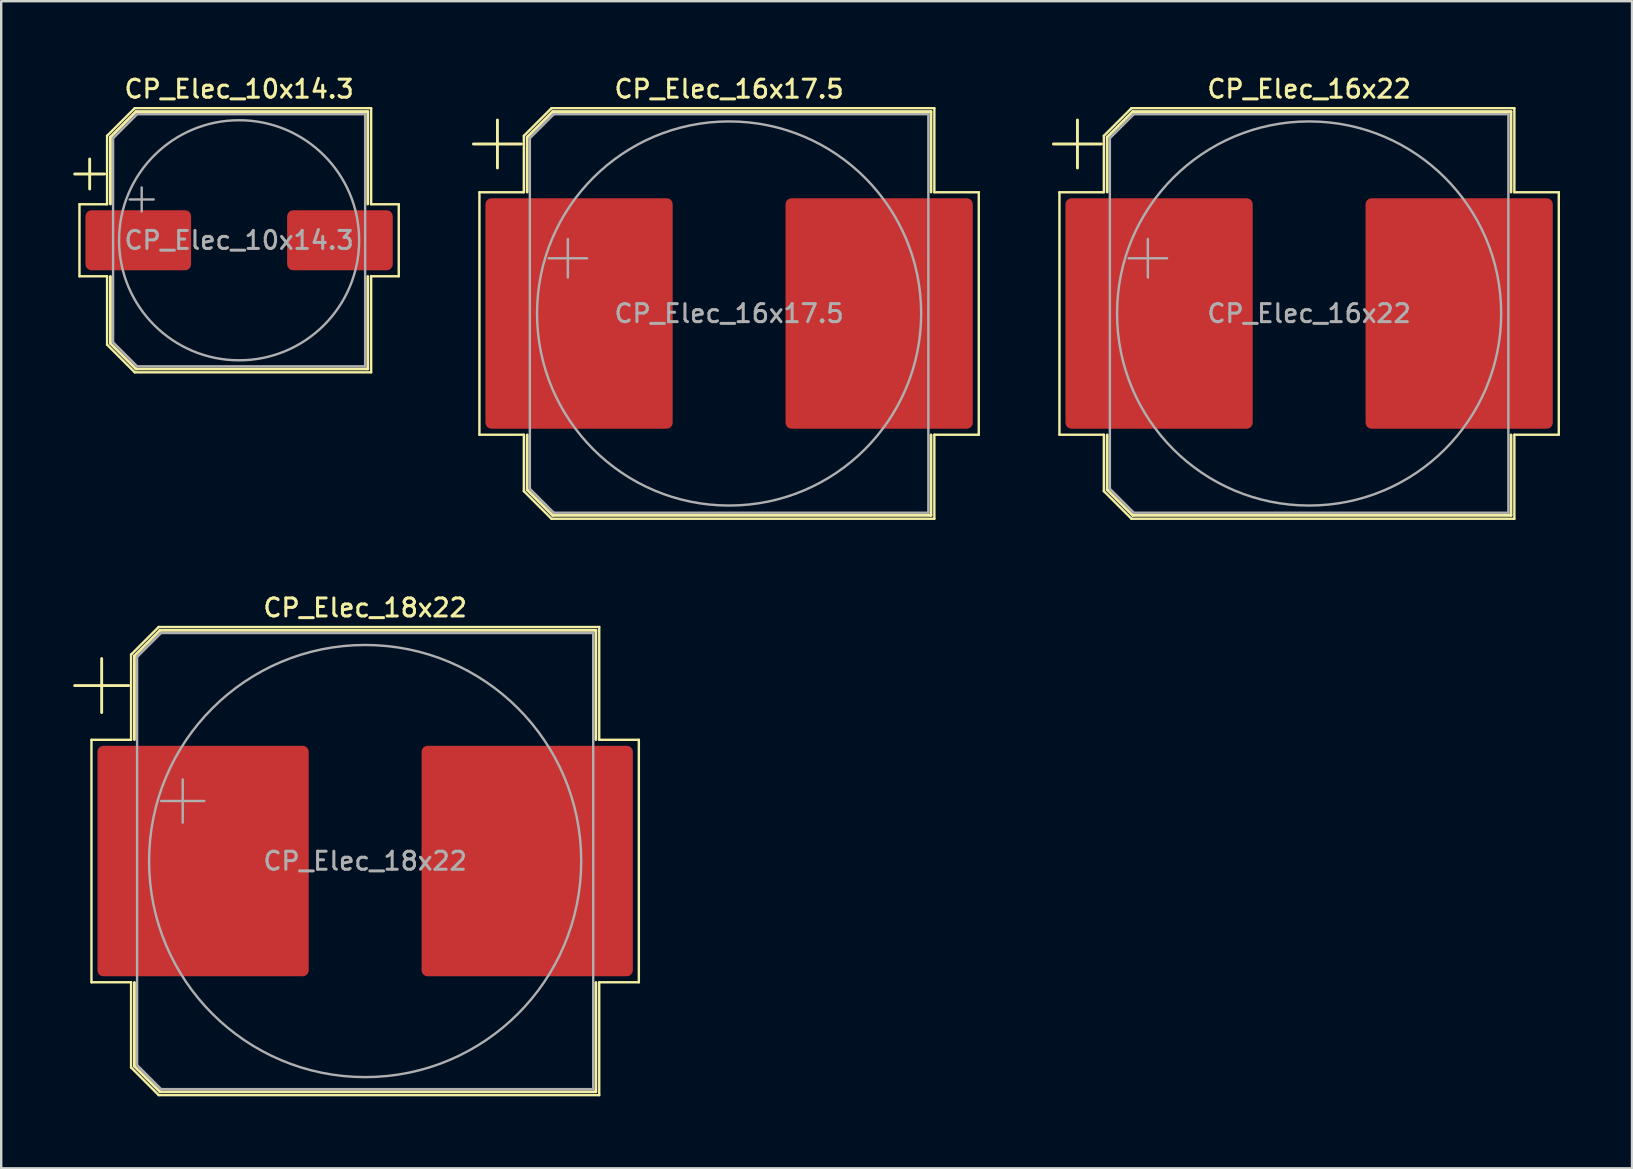
<source format=kicad_pcb>
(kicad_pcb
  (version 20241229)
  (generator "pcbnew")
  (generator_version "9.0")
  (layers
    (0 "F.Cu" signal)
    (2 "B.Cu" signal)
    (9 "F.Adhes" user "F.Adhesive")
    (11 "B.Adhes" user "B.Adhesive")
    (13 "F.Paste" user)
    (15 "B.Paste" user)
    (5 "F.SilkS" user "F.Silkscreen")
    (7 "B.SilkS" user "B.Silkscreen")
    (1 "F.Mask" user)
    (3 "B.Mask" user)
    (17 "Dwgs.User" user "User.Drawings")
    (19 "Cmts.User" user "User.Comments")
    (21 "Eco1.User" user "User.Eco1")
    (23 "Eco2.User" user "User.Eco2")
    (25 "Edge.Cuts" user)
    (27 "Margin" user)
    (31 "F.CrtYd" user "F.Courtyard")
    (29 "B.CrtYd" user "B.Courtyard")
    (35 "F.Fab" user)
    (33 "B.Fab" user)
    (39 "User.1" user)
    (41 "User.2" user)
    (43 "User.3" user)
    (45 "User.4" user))
  (footprint "CP_Elec_10x14.3"
    (layer "F.Cu")
    (at 6.91 6.958)
    (property "Reference" "CP_Elec_10x14.3" (at 0 -6.3 0) (layer "F.SilkS") (effects (font (size 0.75 0.75) (thickness 0.125))))
    (attr smd)
    (fp_line (start -6.85 -2.76) (end -5.6 -2.76) (stroke (width 0.12) (type solid)) (layer "F.SilkS"))
    (fp_line (start -6.65 -1.5) (end -6.65 1.5) (stroke (width 0.1) (type solid)) (layer "F.SilkS"))
    (fp_line (start -6.65 1.5) (end -5.5 1.5) (stroke (width 0.1) (type solid)) (layer "F.SilkS"))
    (fp_line (start -6.225 -3.385) (end -6.225 -2.135) (stroke (width 0.12) (type solid)) (layer "F.SilkS"))
    (fp_line (start -5.5 -4.35) (end -5.5 -1.5) (stroke (width 0.1) (type solid)) (layer "F.SilkS"))
    (fp_line (start -5.5 -4.35) (end -4.35 -5.5) (stroke (width 0.1) (type solid)) (layer "F.SilkS"))
    (fp_line (start -5.5 -1.5) (end -6.65 -1.5) (stroke (width 0.1) (type solid)) (layer "F.SilkS"))
    (fp_line (start -5.5 1.5) (end -5.5 4.35) (stroke (width 0.1) (type solid)) (layer "F.SilkS"))
    (fp_line (start -5.5 4.35) (end -4.35 5.5) (stroke (width 0.1) (type solid)) (layer "F.SilkS"))
    (fp_line (start -5.36 -4.296) (end -5.36 -1.51) (stroke (width 0.12) (type solid)) (layer "F.SilkS"))
    (fp_line (start -5.36 -4.296) (end -4.296 -5.36) (stroke (width 0.12) (type solid)) (layer "F.SilkS"))
    (fp_line (start -5.36 4.296) (end -5.36 1.51) (stroke (width 0.12) (type solid)) (layer "F.SilkS"))
    (fp_line (start -5.36 4.296) (end -4.296 5.36) (stroke (width 0.12) (type solid)) (layer "F.SilkS"))
    (fp_line (start -4.35 -5.5) (end 5.5 -5.5) (stroke (width 0.1) (type solid)) (layer "F.SilkS"))
    (fp_line (start -4.35 5.5) (end 5.5 5.5) (stroke (width 0.1) (type solid)) (layer "F.SilkS"))
    (fp_line (start -4.296 -5.36) (end 5.36 -5.36) (stroke (width 0.12) (type solid)) (layer "F.SilkS"))
    (fp_line (start -4.296 5.36) (end 5.36 5.36) (stroke (width 0.12) (type solid)) (layer "F.SilkS"))
    (fp_line (start 5.36 -5.36) (end 5.36 -1.51) (stroke (width 0.12) (type solid)) (layer "F.SilkS"))
    (fp_line (start 5.36 5.36) (end 5.36 1.51) (stroke (width 0.12) (type solid)) (layer "F.SilkS"))
    (fp_line (start 5.5 -5.5) (end 5.5 -1.5) (stroke (width 0.1) (type solid)) (layer "F.SilkS"))
    (fp_line (start 5.5 -1.5) (end 6.65 -1.5) (stroke (width 0.1) (type solid)) (layer "F.SilkS"))
    (fp_line (start 5.5 1.5) (end 5.5 5.5) (stroke (width 0.1) (type solid)) (layer "F.SilkS"))
    (fp_line (start 6.65 -1.5) (end 6.65 1.5) (stroke (width 0.1) (type solid)) (layer "F.SilkS"))
    (fp_line (start 6.65 1.5) (end 5.5 1.5) (stroke (width 0.1) (type solid)) (layer "F.SilkS"))
    (fp_line (start -5.25 -4.25) (end -5.25 4.25) (stroke (width 0.1) (type solid)) (layer "F.Fab"))
    (fp_line (start -5.25 -4.25) (end -4.25 -5.25) (stroke (width 0.1) (type solid)) (layer "F.Fab"))
    (fp_line (start -5.25 4.25) (end -4.25 5.25) (stroke (width 0.1) (type solid)) (layer "F.Fab"))
    (fp_line (start -4.558 -1.7) (end -3.558 -1.7) (stroke (width 0.1) (type solid)) (layer "F.Fab"))
    (fp_line (start -4.25 -5.25) (end 5.25 -5.25) (stroke (width 0.1) (type solid)) (layer "F.Fab"))
    (fp_line (start -4.25 5.25) (end 5.25 5.25) (stroke (width 0.1) (type solid)) (layer "F.Fab"))
    (fp_line (start -4.058 -2.2) (end -4.058 -1.2) (stroke (width 0.1) (type solid)) (layer "F.Fab"))
    (fp_line (start 5.25 -5.25) (end 5.25 5.25) (stroke (width 0.1) (type solid)) (layer "F.Fab"))
    (fp_circle (center 0 0) (end 5 0) (stroke (width 0.1) (type solid)) (fill no) (layer "F.Fab"))
    (fp_text user "${REFERENCE}" (at 0 0 0) (layer "F.Fab") (effects (font (size 0.75 0.75) (thickness 0.125))))
    (pad "1" smd roundrect (at -4.2 0) (size 4.4 2.5) (layers "F.Cu" "F.Mask" "F.Paste") (roundrect_rratio 0.1))
    (pad "2" smd roundrect (at 4.2 0) (size 4.4 2.5) (layers "F.Cu" "F.Mask" "F.Paste") (roundrect_rratio 0.1)))
  (footprint "CP_Elec_16x17.5"
    (layer "F.Cu")
    (at 27.32 10.008)
    (property "Reference" "CP_Elec_16x17.5" (at 0 -9.35 0) (layer "F.SilkS") (effects (font (size 0.75 0.75) (thickness 0.125))))
    (attr smd)
    (fp_line (start -10.65 -7.06) (end -8.65 -7.06) (stroke (width 0.12) (type solid)) (layer "F.SilkS"))
    (fp_line (start -10.4 -5.05) (end -10.4 5.05) (stroke (width 0.1) (type solid)) (layer "F.SilkS"))
    (fp_line (start -10.4 5.05) (end -8.55 5.05) (stroke (width 0.1) (type solid)) (layer "F.SilkS"))
    (fp_line (start -9.65 -8.06) (end -9.65 -6.06) (stroke (width 0.12) (type solid)) (layer "F.SilkS"))
    (fp_line (start -8.55 -7.4) (end -8.55 -5.05) (stroke (width 0.1) (type solid)) (layer "F.SilkS"))
    (fp_line (start -8.55 -7.4) (end -7.4 -8.55) (stroke (width 0.1) (type solid)) (layer "F.SilkS"))
    (fp_line (start -8.55 -5.05) (end -10.4 -5.05) (stroke (width 0.1) (type solid)) (layer "F.SilkS"))
    (fp_line (start -8.55 5.05) (end -8.55 7.4) (stroke (width 0.1) (type solid)) (layer "F.SilkS"))
    (fp_line (start -8.55 7.4) (end -7.4 8.55) (stroke (width 0.1) (type solid)) (layer "F.SilkS"))
    (fp_line (start -8.41 -7.346) (end -8.41 -5.06) (stroke (width 0.12) (type solid)) (layer "F.SilkS"))
    (fp_line (start -8.41 -7.346) (end -7.346 -8.41) (stroke (width 0.12) (type solid)) (layer "F.SilkS"))
    (fp_line (start -8.41 7.346) (end -8.41 5.06) (stroke (width 0.12) (type solid)) (layer "F.SilkS"))
    (fp_line (start -8.41 7.346) (end -7.346 8.41) (stroke (width 0.12) (type solid)) (layer "F.SilkS"))
    (fp_line (start -7.4 -8.55) (end 8.55 -8.55) (stroke (width 0.1) (type solid)) (layer "F.SilkS"))
    (fp_line (start -7.4 8.55) (end 8.55 8.55) (stroke (width 0.1) (type solid)) (layer "F.SilkS"))
    (fp_line (start -7.346 -8.41) (end 8.41 -8.41) (stroke (width 0.12) (type solid)) (layer "F.SilkS"))
    (fp_line (start -7.346 8.41) (end 8.41 8.41) (stroke (width 0.12) (type solid)) (layer "F.SilkS"))
    (fp_line (start 8.41 -8.41) (end 8.41 -5.06) (stroke (width 0.12) (type solid)) (layer "F.SilkS"))
    (fp_line (start 8.41 8.41) (end 8.41 5.06) (stroke (width 0.12) (type solid)) (layer "F.SilkS"))
    (fp_line (start 8.55 -8.55) (end 8.55 -5.05) (stroke (width 0.1) (type solid)) (layer "F.SilkS"))
    (fp_line (start 8.55 -5.05) (end 10.4 -5.05) (stroke (width 0.1) (type solid)) (layer "F.SilkS"))
    (fp_line (start 8.55 5.05) (end 8.55 8.55) (stroke (width 0.1) (type solid)) (layer "F.SilkS"))
    (fp_line (start 10.4 -5.05) (end 10.4 5.05) (stroke (width 0.1) (type solid)) (layer "F.SilkS"))
    (fp_line (start 10.4 5.05) (end 8.55 5.05) (stroke (width 0.1) (type solid)) (layer "F.SilkS"))
    (fp_line (start -8.3 -7.3) (end -8.3 7.3) (stroke (width 0.1) (type solid)) (layer "F.Fab"))
    (fp_line (start -8.3 -7.3) (end -7.3 -8.3) (stroke (width 0.1) (type solid)) (layer "F.Fab"))
    (fp_line (start -8.3 7.3) (end -7.3 8.3) (stroke (width 0.1) (type solid)) (layer "F.Fab"))
    (fp_line (start -7.517 -2.3) (end -5.917 -2.3) (stroke (width 0.1) (type solid)) (layer "F.Fab"))
    (fp_line (start -7.3 -8.3) (end 8.3 -8.3) (stroke (width 0.1) (type solid)) (layer "F.Fab"))
    (fp_line (start -7.3 8.3) (end 8.3 8.3) (stroke (width 0.1) (type solid)) (layer "F.Fab"))
    (fp_line (start -6.717 -3.1) (end -6.717 -1.5) (stroke (width 0.1) (type solid)) (layer "F.Fab"))
    (fp_line (start 8.3 -8.3) (end 8.3 8.3) (stroke (width 0.1) (type solid)) (layer "F.Fab"))
    (fp_circle (center 0 0) (end 8 0) (stroke (width 0.1) (type solid)) (fill no) (layer "F.Fab"))
    (fp_text user "${REFERENCE}" (at 0 0 0) (layer "F.Fab") (effects (font (size 0.75 0.75) (thickness 0.125))))
    (pad "1" smd roundrect (at -6.25 0) (size 7.8 9.6) (layers "F.Cu" "F.Mask" "F.Paste") (roundrect_rratio 0.032))
    (pad "2" smd roundrect (at 6.25 0) (size 7.8 9.6) (layers "F.Cu" "F.Mask" "F.Paste") (roundrect_rratio 0.032)))
  (footprint "CP_Elec_18x22"
    (layer "F.Cu")
    (at 12.16 32.816)
    (property "Reference" "CP_Elec_18x22" (at 0 -10.55 0) (layer "F.SilkS") (effects (font (size 0.75 0.75) (thickness 0.125))))
    (attr smd)
    (fp_line (start -12.1 -7.31) (end -9.85 -7.31) (stroke (width 0.12) (type solid)) (layer "F.SilkS"))
    (fp_line (start -11.4 -5.05) (end -11.4 5.05) (stroke (width 0.1) (type solid)) (layer "F.SilkS"))
    (fp_line (start -11.4 5.05) (end -9.75 5.05) (stroke (width 0.1) (type solid)) (layer "F.SilkS"))
    (fp_line (start -10.975 -8.435) (end -10.975 -6.185) (stroke (width 0.12) (type solid)) (layer "F.SilkS"))
    (fp_line (start -9.75 -8.6) (end -9.75 -5.05) (stroke (width 0.1) (type solid)) (layer "F.SilkS"))
    (fp_line (start -9.75 -8.6) (end -8.6 -9.75) (stroke (width 0.1) (type solid)) (layer "F.SilkS"))
    (fp_line (start -9.75 -5.05) (end -11.4 -5.05) (stroke (width 0.1) (type solid)) (layer "F.SilkS"))
    (fp_line (start -9.75 5.05) (end -9.75 8.6) (stroke (width 0.1) (type solid)) (layer "F.SilkS"))
    (fp_line (start -9.75 8.6) (end -8.6 9.75) (stroke (width 0.1) (type solid)) (layer "F.SilkS"))
    (fp_line (start -9.61 -8.546) (end -9.61 -5.06) (stroke (width 0.12) (type solid)) (layer "F.SilkS"))
    (fp_line (start -9.61 -8.546) (end -8.546 -9.61) (stroke (width 0.12) (type solid)) (layer "F.SilkS"))
    (fp_line (start -9.61 8.546) (end -9.61 5.06) (stroke (width 0.12) (type solid)) (layer "F.SilkS"))
    (fp_line (start -9.61 8.546) (end -8.546 9.61) (stroke (width 0.12) (type solid)) (layer "F.SilkS"))
    (fp_line (start -8.6 -9.75) (end 9.75 -9.75) (stroke (width 0.1) (type solid)) (layer "F.SilkS"))
    (fp_line (start -8.6 9.75) (end 9.75 9.75) (stroke (width 0.1) (type solid)) (layer "F.SilkS"))
    (fp_line (start -8.546 -9.61) (end 9.61 -9.61) (stroke (width 0.12) (type solid)) (layer "F.SilkS"))
    (fp_line (start -8.546 9.61) (end 9.61 9.61) (stroke (width 0.12) (type solid)) (layer "F.SilkS"))
    (fp_line (start 9.61 -9.61) (end 9.61 -5.06) (stroke (width 0.12) (type solid)) (layer "F.SilkS"))
    (fp_line (start 9.61 9.61) (end 9.61 5.06) (stroke (width 0.12) (type solid)) (layer "F.SilkS"))
    (fp_line (start 9.75 -9.75) (end 9.75 -5.05) (stroke (width 0.1) (type solid)) (layer "F.SilkS"))
    (fp_line (start 9.75 -5.05) (end 11.4 -5.05) (stroke (width 0.1) (type solid)) (layer "F.SilkS"))
    (fp_line (start 9.75 5.05) (end 9.75 9.75) (stroke (width 0.1) (type solid)) (layer "F.SilkS"))
    (fp_line (start 11.4 -5.05) (end 11.4 5.05) (stroke (width 0.1) (type solid)) (layer "F.SilkS"))
    (fp_line (start 11.4 5.05) (end 9.75 5.05) (stroke (width 0.1) (type solid)) (layer "F.SilkS"))
    (fp_line (start -9.5 -8.5) (end -9.5 8.5) (stroke (width 0.1) (type solid)) (layer "F.Fab"))
    (fp_line (start -9.5 -8.5) (end -8.5 -9.5) (stroke (width 0.1) (type solid)) (layer "F.Fab"))
    (fp_line (start -9.5 8.5) (end -8.5 9.5) (stroke (width 0.1) (type solid)) (layer "F.Fab"))
    (fp_line (start -8.5 -9.5) (end 9.5 -9.5) (stroke (width 0.1) (type solid)) (layer "F.Fab"))
    (fp_line (start -8.5 9.5) (end 9.5 9.5) (stroke (width 0.1) (type solid)) (layer "F.Fab"))
    (fp_line (start -8.499 -2.5) (end -6.699 -2.5) (stroke (width 0.1) (type solid)) (layer "F.Fab"))
    (fp_line (start -7.599 -3.4) (end -7.599 -1.6) (stroke (width 0.1) (type solid)) (layer "F.Fab"))
    (fp_line (start 9.5 -9.5) (end 9.5 9.5) (stroke (width 0.1) (type solid)) (layer "F.Fab"))
    (fp_circle (center 0 0) (end 9 0) (stroke (width 0.1) (type solid)) (fill no) (layer "F.Fab"))
    (fp_text user "${REFERENCE}" (at 0 0 0) (layer "F.Fab") (effects (font (size 0.75 0.75) (thickness 0.125))))
    (pad "1" smd roundrect (at -6.75 0) (size 8.8 9.6) (layers "F.Cu" "F.Mask" "F.Paste") (roundrect_rratio 0.028))
    (pad "2" smd roundrect (at 6.75 0) (size 8.8 9.6) (layers "F.Cu" "F.Mask" "F.Paste") (roundrect_rratio 0.028)))
  (footprint "CP_Elec_16x22"
    (layer "F.Cu")
    (at 51.48 10.008)
    (property "Reference" "CP_Elec_16x22" (at 0 -9.35 0) (layer "F.SilkS") (effects (font (size 0.75 0.75) (thickness 0.125))))
    (attr smd)
    (fp_line (start -10.65 -7.06) (end -8.65 -7.06) (stroke (width 0.12) (type solid)) (layer "F.SilkS"))
    (fp_line (start -10.4 -5.05) (end -10.4 5.05) (stroke (width 0.1) (type solid)) (layer "F.SilkS"))
    (fp_line (start -10.4 5.05) (end -8.55 5.05) (stroke (width 0.1) (type solid)) (layer "F.SilkS"))
    (fp_line (start -9.65 -8.06) (end -9.65 -6.06) (stroke (width 0.12) (type solid)) (layer "F.SilkS"))
    (fp_line (start -8.55 -7.4) (end -8.55 -5.05) (stroke (width 0.1) (type solid)) (layer "F.SilkS"))
    (fp_line (start -8.55 -7.4) (end -7.4 -8.55) (stroke (width 0.1) (type solid)) (layer "F.SilkS"))
    (fp_line (start -8.55 -5.05) (end -10.4 -5.05) (stroke (width 0.1) (type solid)) (layer "F.SilkS"))
    (fp_line (start -8.55 5.05) (end -8.55 7.4) (stroke (width 0.1) (type solid)) (layer "F.SilkS"))
    (fp_line (start -8.55 7.4) (end -7.4 8.55) (stroke (width 0.1) (type solid)) (layer "F.SilkS"))
    (fp_line (start -8.41 -7.346) (end -8.41 -5.06) (stroke (width 0.12) (type solid)) (layer "F.SilkS"))
    (fp_line (start -8.41 -7.346) (end -7.346 -8.41) (stroke (width 0.12) (type solid)) (layer "F.SilkS"))
    (fp_line (start -8.41 7.346) (end -8.41 5.06) (stroke (width 0.12) (type solid)) (layer "F.SilkS"))
    (fp_line (start -8.41 7.346) (end -7.346 8.41) (stroke (width 0.12) (type solid)) (layer "F.SilkS"))
    (fp_line (start -7.4 -8.55) (end 8.55 -8.55) (stroke (width 0.1) (type solid)) (layer "F.SilkS"))
    (fp_line (start -7.4 8.55) (end 8.55 8.55) (stroke (width 0.1) (type solid)) (layer "F.SilkS"))
    (fp_line (start -7.346 -8.41) (end 8.41 -8.41) (stroke (width 0.12) (type solid)) (layer "F.SilkS"))
    (fp_line (start -7.346 8.41) (end 8.41 8.41) (stroke (width 0.12) (type solid)) (layer "F.SilkS"))
    (fp_line (start 8.41 -8.41) (end 8.41 -5.06) (stroke (width 0.12) (type solid)) (layer "F.SilkS"))
    (fp_line (start 8.41 8.41) (end 8.41 5.06) (stroke (width 0.12) (type solid)) (layer "F.SilkS"))
    (fp_line (start 8.55 -8.55) (end 8.55 -5.05) (stroke (width 0.1) (type solid)) (layer "F.SilkS"))
    (fp_line (start 8.55 -5.05) (end 10.4 -5.05) (stroke (width 0.1) (type solid)) (layer "F.SilkS"))
    (fp_line (start 8.55 5.05) (end 8.55 8.55) (stroke (width 0.1) (type solid)) (layer "F.SilkS"))
    (fp_line (start 10.4 -5.05) (end 10.4 5.05) (stroke (width 0.1) (type solid)) (layer "F.SilkS"))
    (fp_line (start 10.4 5.05) (end 8.55 5.05) (stroke (width 0.1) (type solid)) (layer "F.SilkS"))
    (fp_line (start -8.3 -7.3) (end -8.3 7.3) (stroke (width 0.1) (type solid)) (layer "F.Fab"))
    (fp_line (start -8.3 -7.3) (end -7.3 -8.3) (stroke (width 0.1) (type solid)) (layer "F.Fab"))
    (fp_line (start -8.3 7.3) (end -7.3 8.3) (stroke (width 0.1) (type solid)) (layer "F.Fab"))
    (fp_line (start -7.517 -2.3) (end -5.917 -2.3) (stroke (width 0.1) (type solid)) (layer "F.Fab"))
    (fp_line (start -7.3 -8.3) (end 8.3 -8.3) (stroke (width 0.1) (type solid)) (layer "F.Fab"))
    (fp_line (start -7.3 8.3) (end 8.3 8.3) (stroke (width 0.1) (type solid)) (layer "F.Fab"))
    (fp_line (start -6.717 -3.1) (end -6.717 -1.5) (stroke (width 0.1) (type solid)) (layer "F.Fab"))
    (fp_line (start 8.3 -8.3) (end 8.3 8.3) (stroke (width 0.1) (type solid)) (layer "F.Fab"))
    (fp_circle (center 0 0) (end 8 0) (stroke (width 0.1) (type solid)) (fill no) (layer "F.Fab"))
    (fp_text user "${REFERENCE}" (at 0 0 0) (layer "F.Fab") (effects (font (size 0.75 0.75) (thickness 0.125))))
    (pad "1" smd roundrect (at -6.25 0) (size 7.8 9.6) (layers "F.Cu" "F.Mask" "F.Paste") (roundrect_rratio 0.032))
    (pad "2" smd roundrect (at 6.25 0) (size 7.8 9.6) (layers "F.Cu" "F.Mask" "F.Paste") (roundrect_rratio 0.032)))
  (gr_rect
    (start -3 -3)
    (end 64.93 45.616)
    (stroke (width 0.1) (type default))
    (fill no)
    (layer "Edge.Cuts")))
</source>
